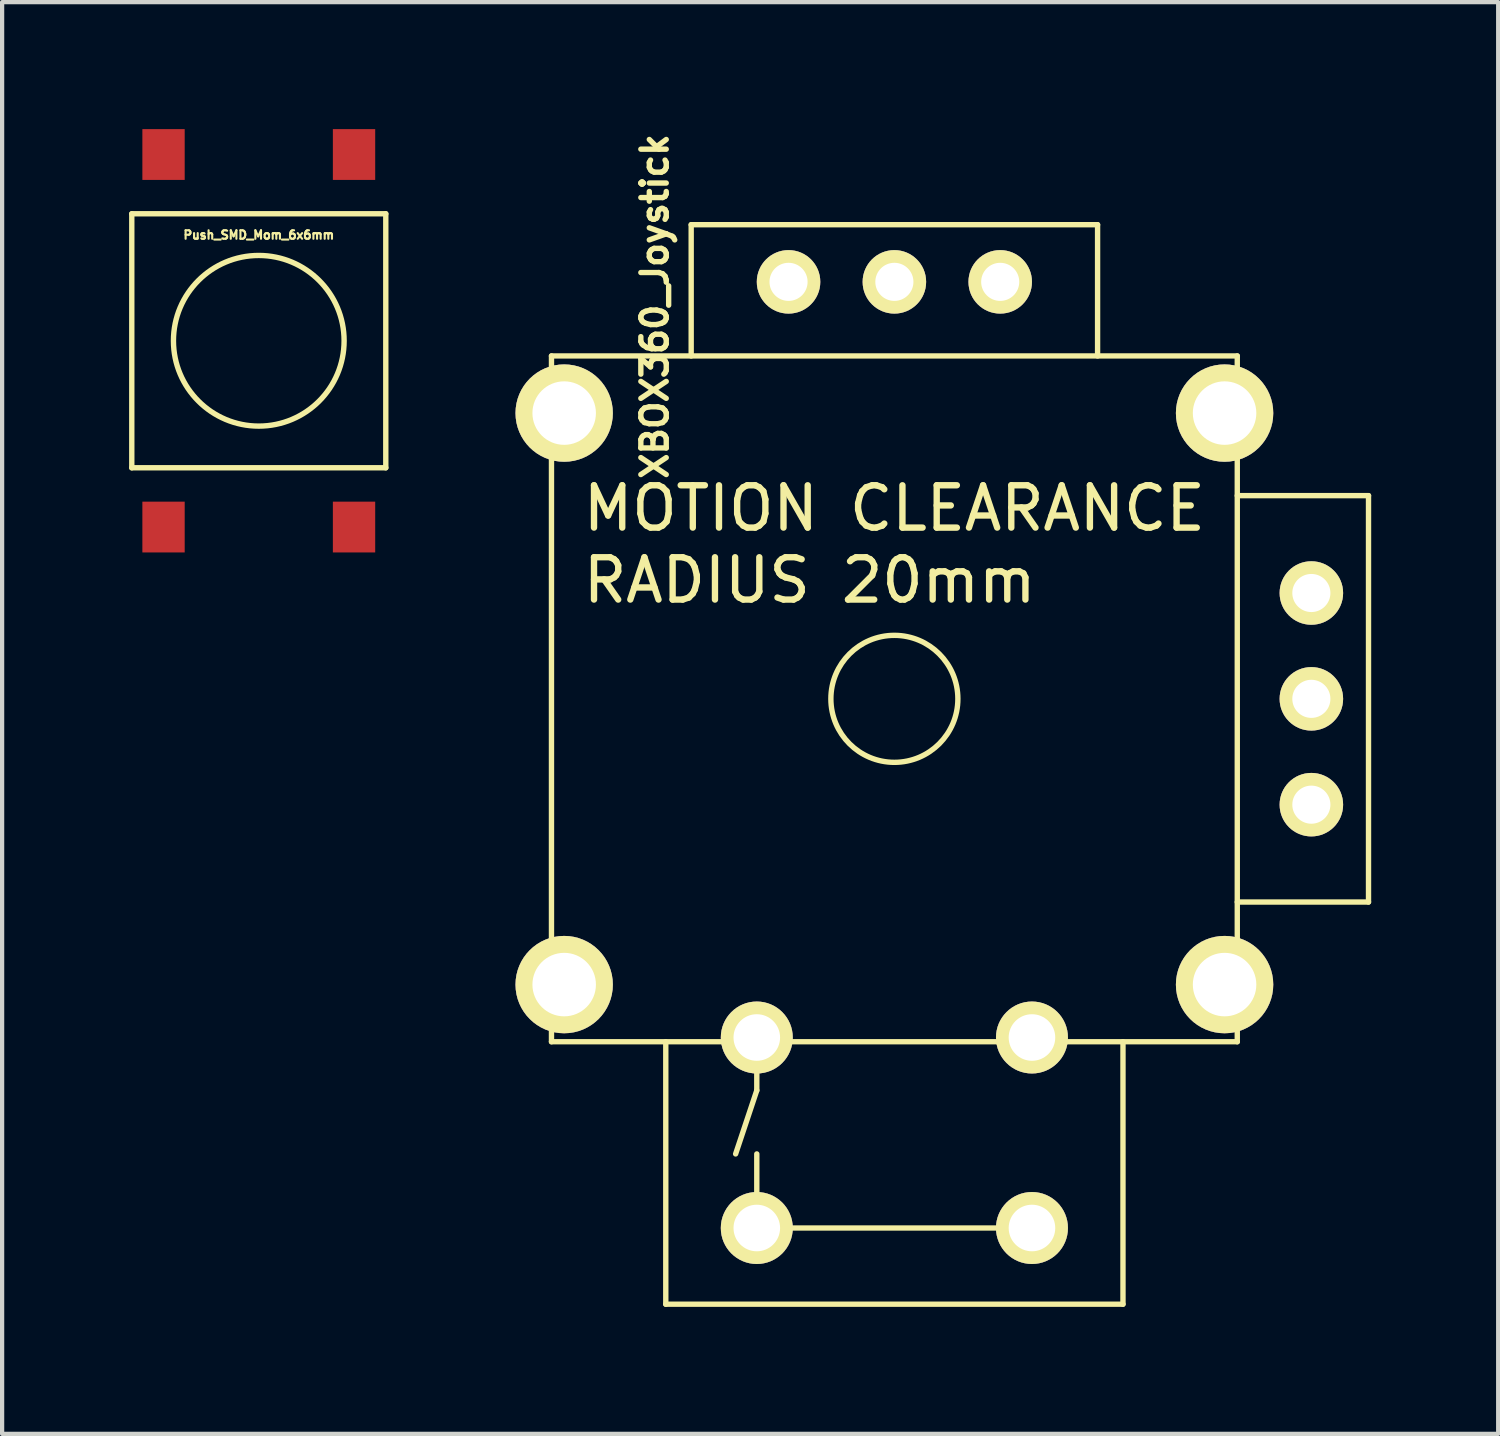
<source format=kicad_pcb>
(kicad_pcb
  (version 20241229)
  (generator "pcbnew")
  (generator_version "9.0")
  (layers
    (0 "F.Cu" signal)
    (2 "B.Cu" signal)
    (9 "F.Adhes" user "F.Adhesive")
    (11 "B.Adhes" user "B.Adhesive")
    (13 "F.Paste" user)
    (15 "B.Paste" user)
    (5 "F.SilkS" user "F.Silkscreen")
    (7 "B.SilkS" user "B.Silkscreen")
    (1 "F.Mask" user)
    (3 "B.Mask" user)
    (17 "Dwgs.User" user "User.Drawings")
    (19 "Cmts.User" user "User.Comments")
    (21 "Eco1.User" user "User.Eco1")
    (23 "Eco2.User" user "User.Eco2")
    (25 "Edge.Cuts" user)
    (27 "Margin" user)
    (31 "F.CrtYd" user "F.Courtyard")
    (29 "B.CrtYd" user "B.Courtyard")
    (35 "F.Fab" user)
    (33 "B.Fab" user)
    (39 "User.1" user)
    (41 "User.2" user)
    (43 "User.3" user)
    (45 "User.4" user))
  (footprint "Push_SMD_Mom_6x6mm"
    (layer "F.Cu")
    (at 3.063 5)
    (property "Reference" "Push_SMD_Mom_6x6mm" (at 0 -2.5 0) (layer "F.SilkS") (effects (font (size 0.2 0.2) (thickness 0.05))))
    (attr smd)
    (fp_line (start -3 -3) (end 3 -3) (stroke (width 0.127) (type solid)) (layer "F.SilkS"))
    (fp_line (start -3 3) (end -3 -3) (stroke (width 0.127) (type solid)) (layer "F.SilkS"))
    (fp_line (start 3 -3) (end 3 3) (stroke (width 0.127) (type solid)) (layer "F.SilkS"))
    (fp_line (start 3 3) (end -3 3) (stroke (width 0.127) (type solid)) (layer "F.SilkS"))
    (fp_circle (center 0 0) (end 1 -1.75) (stroke (width 0.127) (type solid)) (fill no) (layer "F.SilkS"))
    (pad "1" smd rect (at -2.25 4.4) (size 1 1.2) (layers "F.Cu" "F.Mask" "F.Paste"))
    (pad "1" smd rect (at 2.25 4.4) (size 1 1.2) (layers "F.Cu" "F.Mask" "F.Paste"))
    (pad "2" smd rect (at -2.25 -4.4) (size 1 1.2) (layers "F.Cu" "F.Mask" "F.Paste"))
    (pad "2" smd rect (at 2.25 -4.4) (size 1 1.2) (layers "F.Cu" "F.Mask" "F.Paste")))
  (footprint "XBOX360_Joystick"
    (layer "F.Cu")
    (at 18.077 13.458)
    (property "Reference" "XBOX360_Joystick" (at -5.66 -9.27 90) (layer "F.SilkS") (effects (font (size 0.6 0.6) (thickness 0.127))))
    (attr through_hole)
    (fp_line (start -8.1 -8.1) (end -8.1 8.1) (stroke (width 0.127) (type solid)) (layer "F.SilkS"))
    (fp_line (start -8.1 -8.1) (end 8.1 -8.1) (stroke (width 0.127) (type solid)) (layer "F.SilkS"))
    (fp_line (start -8.1 8.1) (end 8.1 8.1) (stroke (width 0.127) (type solid)) (layer "F.SilkS"))
    (fp_line (start -5.4 8.1) (end -5.4 14.3) (stroke (width 0.127) (type solid)) (layer "F.SilkS"))
    (fp_line (start -5.4 14.3) (end 5.4 14.3) (stroke (width 0.127) (type solid)) (layer "F.SilkS"))
    (fp_line (start -4.8 -11.2) (end 4.8 -11.2) (stroke (width 0.127) (type solid)) (layer "F.SilkS"))
    (fp_line (start -4.8 -8.1) (end -4.8 -11.2) (stroke (width 0.127) (type solid)) (layer "F.SilkS"))
    (fp_line (start -3.25 8.5) (end -3.25 9.25) (stroke (width 0.127) (type solid)) (layer "F.SilkS"))
    (fp_line (start -3.25 9.25) (end -3.75 10.75) (stroke (width 0.127) (type solid)) (layer "F.SilkS"))
    (fp_line (start -3.25 12.5) (end -3.25 10.75) (stroke (width 0.127) (type solid)) (layer "F.SilkS"))
    (fp_line (start -3 12.5) (end 3.5 12.5) (stroke (width 0.127) (type solid)) (layer "F.SilkS"))
    (fp_line (start 4.8 -11.2) (end 4.8 -8.1) (stroke (width 0.127) (type solid)) (layer "F.SilkS"))
    (fp_line (start 5.4 14.3) (end 5.4 8.1) (stroke (width 0.127) (type solid)) (layer "F.SilkS"))
    (fp_line (start 8.1 -4.8) (end 11.2 -4.8) (stroke (width 0.127) (type solid)) (layer "F.SilkS"))
    (fp_line (start 8.1 8.1) (end 8.1 -8.1) (stroke (width 0.127) (type solid)) (layer "F.SilkS"))
    (fp_line (start 11.2 -4.8) (end 11.2 4.8) (stroke (width 0.127) (type solid)) (layer "F.SilkS"))
    (fp_line (start 11.2 4.8) (end 8.1 4.8) (stroke (width 0.127) (type solid)) (layer "F.SilkS"))
    (fp_circle (center 0 0) (end 1.5 0) (stroke (width 0.127) (type solid)) (fill no) (layer "F.SilkS"))
    (fp_text user "RADIUS 20mm" (at -2 -2.8 0) (layer "F.SilkS") (effects (font (size 1 1) (thickness 0.15))))
    (fp_text user "MOTION CLEARANCE" (at 0 -4.5 0) (layer "F.SilkS") (effects (font (size 1 1) (thickness 0.15))))
    (pad "1" thru_hole circle (at -2.5 -9.85) (size 1.5 1.5) (drill 0.9) (layers "*.Cu" "*.Mask" "F.SilkS"))
    (pad "2" thru_hole circle (at 0 -9.85) (size 1.5 1.5) (drill 0.9) (layers "*.Cu" "*.Mask" "F.SilkS"))
    (pad "3" thru_hole circle (at 2.5 -9.85) (size 1.5 1.5) (drill 0.9) (layers "*.Cu" "*.Mask" "F.SilkS"))
    (pad "4" thru_hole circle (at 9.85 -2.5) (size 1.5 1.5) (drill 0.9) (layers "*.Cu" "*.Mask" "F.SilkS"))
    (pad "5" thru_hole circle (at 9.85 0) (size 1.5 1.5) (drill 0.9) (layers "*.Cu" "*.Mask" "F.SilkS"))
    (pad "6" thru_hole circle (at 9.85 2.5) (size 1.5 1.5) (drill 0.9) (layers "*.Cu" "*.Mask" "F.SilkS"))
    (pad "7" thru_hole circle (at -3.25 8) (size 1.7 1.7) (drill 1.1) (layers "*.Cu" "*.Mask" "F.SilkS"))
    (pad "7" thru_hole circle (at 3.25 8) (size 1.7 1.7) (drill 1.1) (layers "*.Cu" "*.Mask" "F.SilkS"))
    (pad "8" thru_hole circle (at -3.25 12.5) (size 1.7 1.7) (drill 1.1) (layers "*.Cu" "*.Mask" "F.SilkS"))
    (pad "8" thru_hole circle (at 3.25 12.5) (size 1.7 1.7) (drill 1.1) (layers "*.Cu" "*.Mask" "F.SilkS"))
    (pad "9" thru_hole circle (at -7.8 -6.75) (size 2.3 2.3) (drill 1.5) (layers "*.Cu" "*.Mask" "F.SilkS"))
    (pad "9" thru_hole circle (at -7.8 6.75) (size 2.3 2.3) (drill 1.5) (layers "*.Cu" "*.Mask" "F.SilkS"))
    (pad "9" thru_hole circle (at 7.8 -6.75) (size 2.3 2.3) (drill 1.5) (layers "*.Cu" "*.Mask" "F.SilkS"))
    (pad "9" thru_hole circle (at 7.8 6.75) (size 2.3 2.3) (drill 1.5) (layers "*.Cu" "*.Mask" "F.SilkS")))
  (gr_rect
    (start -3 -3)
    (end 32.34 30.821)
    (stroke (width 0.1) (type default))
    (fill no)
    (layer "Edge.Cuts")))
</source>
